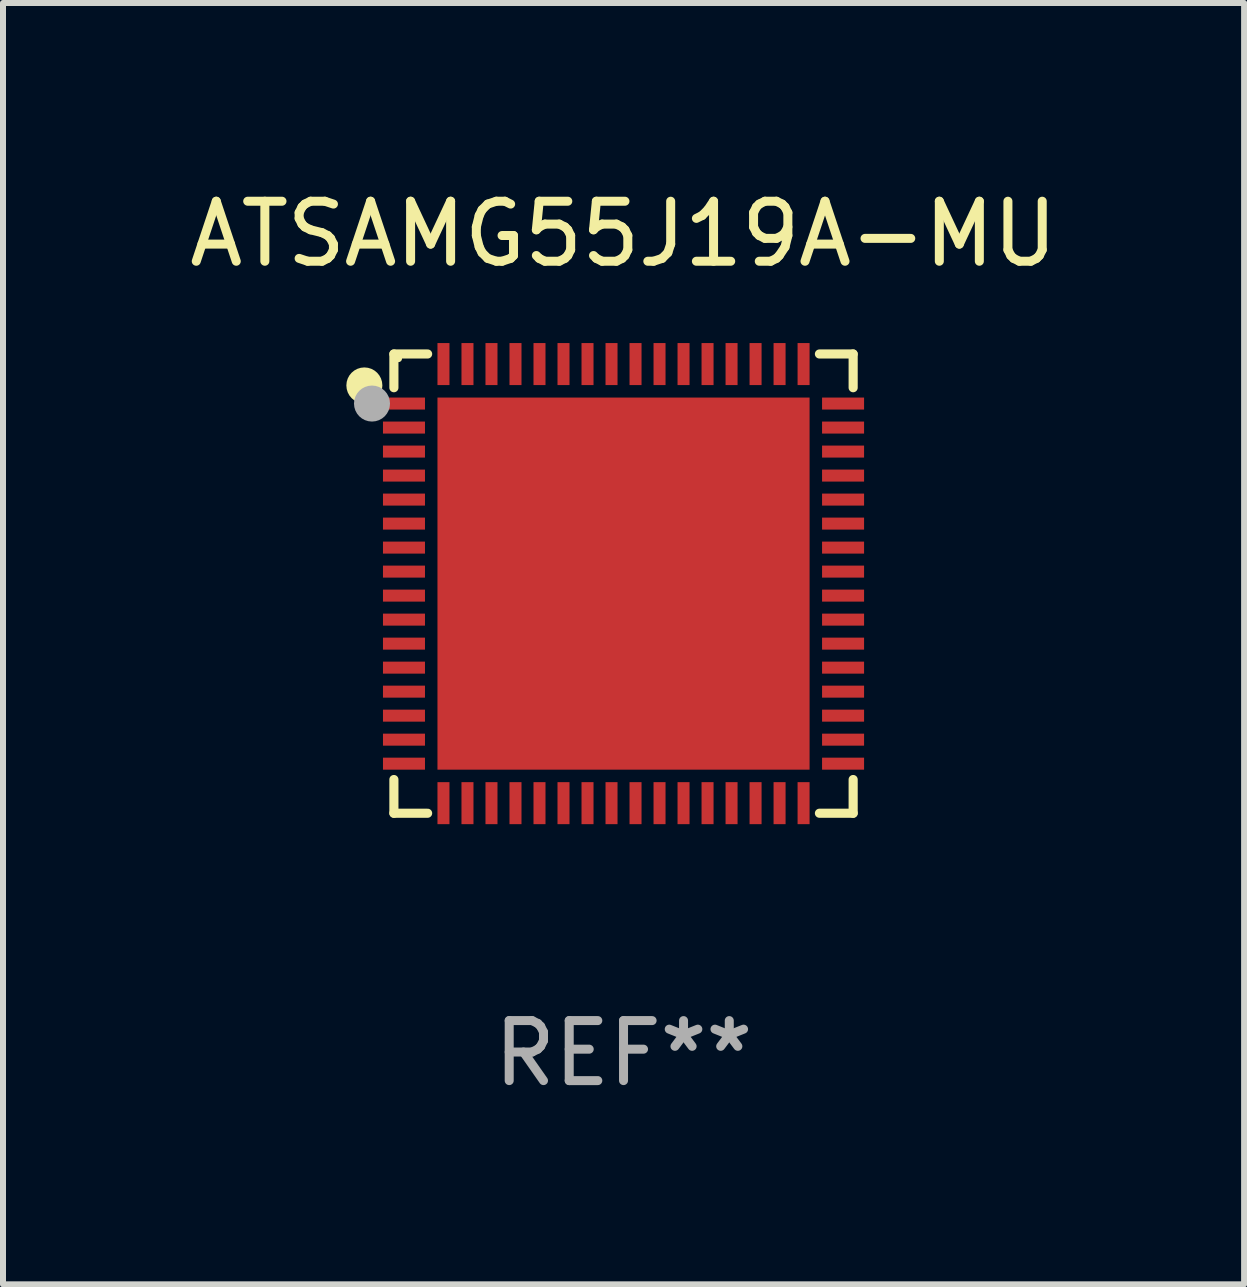
<source format=kicad_pcb>
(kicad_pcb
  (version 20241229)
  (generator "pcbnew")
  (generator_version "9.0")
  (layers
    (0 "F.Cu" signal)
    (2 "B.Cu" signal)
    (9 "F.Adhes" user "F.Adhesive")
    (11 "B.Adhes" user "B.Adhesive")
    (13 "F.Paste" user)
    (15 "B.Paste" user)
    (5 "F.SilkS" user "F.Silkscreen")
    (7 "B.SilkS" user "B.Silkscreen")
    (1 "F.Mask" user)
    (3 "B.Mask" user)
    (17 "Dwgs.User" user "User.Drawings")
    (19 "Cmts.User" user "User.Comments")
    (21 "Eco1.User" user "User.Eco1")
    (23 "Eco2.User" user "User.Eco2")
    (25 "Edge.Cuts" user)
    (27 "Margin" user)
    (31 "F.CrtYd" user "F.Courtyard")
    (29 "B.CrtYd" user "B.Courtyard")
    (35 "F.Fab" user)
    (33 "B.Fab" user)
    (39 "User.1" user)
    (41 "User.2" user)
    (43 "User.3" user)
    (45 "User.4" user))
  (footprint "ATSAMG55J19A-MU"
    (layer "F.Cu")
    (at 7.339 6.674)
    (property "Reference" "ATSAMG55J19A-MU" (at 0 -5.826 0) (layer "F.SilkS") (effects (font (size 1 1) (thickness 0.15))))
    (attr through_hole)
    (fp_line (start -3.826 -3.826) (end -3.264 -3.826) (stroke (width 0.152) (type solid)) (layer "F.SilkS"))
    (fp_line (start -3.826 -3.264) (end -3.826 -3.826) (stroke (width 0.152) (type solid)) (layer "F.SilkS"))
    (fp_line (start -3.826 3.264) (end -3.826 3.826) (stroke (width 0.152) (type solid)) (layer "F.SilkS"))
    (fp_line (start -3.826 3.826) (end -3.264 3.826) (stroke (width 0.152) (type solid)) (layer "F.SilkS"))
    (fp_line (start 3.826 -3.826) (end 3.264 -3.826) (stroke (width 0.152) (type solid)) (layer "F.SilkS"))
    (fp_line (start 3.826 -3.264) (end 3.826 -3.826) (stroke (width 0.152) (type solid)) (layer "F.SilkS"))
    (fp_line (start 3.826 3.264) (end 3.826 3.826) (stroke (width 0.152) (type solid)) (layer "F.SilkS"))
    (fp_line (start 3.826 3.826) (end 3.264 3.826) (stroke (width 0.152) (type solid)) (layer "F.SilkS"))
    (fp_circle (center -4.318 -3.302) (end -4.168 -3.302) (stroke (width 0.3) (type solid)) (fill no) (layer "F.SilkS"))
    (fp_circle (center -3.75 -3.75) (end -3.72 -3.75) (stroke (width 0.06) (type solid)) (fill no) (layer "F.SilkS"))
    (fp_circle (center -4.191 -3) (end -4.041 -3) (stroke (width 0.3) (type solid)) (fill no) (layer "F.Fab"))
    (fp_text user "REF**" (at 0 7.826 0) (layer "F.Fab") (effects (font (size 1 1) (thickness 0.15))))
    (pad "1" smd rect (at -3.658 -3) (size 0.7 0.2) (layers "F.Cu" "F.Mask" "F.Paste"))
    (pad "2" smd rect (at -3.658 -2.6) (size 0.7 0.2) (layers "F.Cu" "F.Mask" "F.Paste"))
    (pad "3" smd rect (at -3.658 -2.2) (size 0.7 0.2) (layers "F.Cu" "F.Mask" "F.Paste"))
    (pad "4" smd rect (at -3.658 -1.8) (size 0.7 0.2) (layers "F.Cu" "F.Mask" "F.Paste"))
    (pad "5" smd rect (at -3.658 -1.4) (size 0.7 0.2) (layers "F.Cu" "F.Mask" "F.Paste"))
    (pad "6" smd rect (at -3.658 -1) (size 0.7 0.2) (layers "F.Cu" "F.Mask" "F.Paste"))
    (pad "7" smd rect (at -3.658 -0.6) (size 0.7 0.2) (layers "F.Cu" "F.Mask" "F.Paste"))
    (pad "8" smd rect (at -3.658 -0.2) (size 0.7 0.2) (layers "F.Cu" "F.Mask" "F.Paste"))
    (pad "9" smd rect (at -3.658 0.2) (size 0.7 0.2) (layers "F.Cu" "F.Mask" "F.Paste"))
    (pad "10" smd rect (at -3.658 0.6) (size 0.7 0.2) (layers "F.Cu" "F.Mask" "F.Paste"))
    (pad "11" smd rect (at -3.658 1) (size 0.7 0.2) (layers "F.Cu" "F.Mask" "F.Paste"))
    (pad "12" smd rect (at -3.658 1.4) (size 0.7 0.2) (layers "F.Cu" "F.Mask" "F.Paste"))
    (pad "13" smd rect (at -3.658 1.8) (size 0.7 0.2) (layers "F.Cu" "F.Mask" "F.Paste"))
    (pad "14" smd rect (at -3.658 2.2) (size 0.7 0.2) (layers "F.Cu" "F.Mask" "F.Paste"))
    (pad "15" smd rect (at -3.658 2.6) (size 0.7 0.2) (layers "F.Cu" "F.Mask" "F.Paste"))
    (pad "16" smd rect (at -3.658 3) (size 0.7 0.2) (layers "F.Cu" "F.Mask" "F.Paste"))
    (pad "17" smd rect (at -3 3.658) (size 0.2 0.7) (layers "F.Cu" "F.Mask" "F.Paste"))
    (pad "18" smd rect (at -2.6 3.658) (size 0.2 0.7) (layers "F.Cu" "F.Mask" "F.Paste"))
    (pad "19" smd rect (at -2.2 3.658) (size 0.2 0.7) (layers "F.Cu" "F.Mask" "F.Paste"))
    (pad "20" smd rect (at -1.8 3.658) (size 0.2 0.7) (layers "F.Cu" "F.Mask" "F.Paste"))
    (pad "21" smd rect (at -1.4 3.658) (size 0.2 0.7) (layers "F.Cu" "F.Mask" "F.Paste"))
    (pad "22" smd rect (at -1 3.658) (size 0.2 0.7) (layers "F.Cu" "F.Mask" "F.Paste"))
    (pad "23" smd rect (at -0.6 3.658) (size 0.2 0.7) (layers "F.Cu" "F.Mask" "F.Paste"))
    (pad "24" smd rect (at -0.2 3.658) (size 0.2 0.7) (layers "F.Cu" "F.Mask" "F.Paste"))
    (pad "25" smd rect (at 0.2 3.658) (size 0.2 0.7) (layers "F.Cu" "F.Mask" "F.Paste"))
    (pad "26" smd rect (at 0.6 3.658) (size 0.2 0.7) (layers "F.Cu" "F.Mask" "F.Paste"))
    (pad "27" smd rect (at 1 3.658) (size 0.2 0.7) (layers "F.Cu" "F.Mask" "F.Paste"))
    (pad "28" smd rect (at 1.4 3.658) (size 0.2 0.7) (layers "F.Cu" "F.Mask" "F.Paste"))
    (pad "29" smd rect (at 1.8 3.658) (size 0.2 0.7) (layers "F.Cu" "F.Mask" "F.Paste"))
    (pad "30" smd rect (at 2.2 3.658) (size 0.2 0.7) (layers "F.Cu" "F.Mask" "F.Paste"))
    (pad "31" smd rect (at 2.6 3.658) (size 0.2 0.7) (layers "F.Cu" "F.Mask" "F.Paste"))
    (pad "32" smd rect (at 3 3.658) (size 0.2 0.7) (layers "F.Cu" "F.Mask" "F.Paste"))
    (pad "33" smd rect (at 3.658 3) (size 0.7 0.2) (layers "F.Cu" "F.Mask" "F.Paste"))
    (pad "34" smd rect (at 3.658 2.6) (size 0.7 0.2) (layers "F.Cu" "F.Mask" "F.Paste"))
    (pad "35" smd rect (at 3.658 2.2) (size 0.7 0.2) (layers "F.Cu" "F.Mask" "F.Paste"))
    (pad "36" smd rect (at 3.658 1.8) (size 0.7 0.2) (layers "F.Cu" "F.Mask" "F.Paste"))
    (pad "37" smd rect (at 3.658 1.4) (size 0.7 0.2) (layers "F.Cu" "F.Mask" "F.Paste"))
    (pad "38" smd rect (at 3.658 1) (size 0.7 0.2) (layers "F.Cu" "F.Mask" "F.Paste"))
    (pad "39" smd rect (at 3.658 0.6) (size 0.7 0.2) (layers "F.Cu" "F.Mask" "F.Paste"))
    (pad "40" smd rect (at 3.658 0.2) (size 0.7 0.2) (layers "F.Cu" "F.Mask" "F.Paste"))
    (pad "41" smd rect (at 3.658 -0.2) (size 0.7 0.2) (layers "F.Cu" "F.Mask" "F.Paste"))
    (pad "42" smd rect (at 3.658 -0.6) (size 0.7 0.2) (layers "F.Cu" "F.Mask" "F.Paste"))
    (pad "43" smd rect (at 3.658 -1) (size 0.7 0.2) (layers "F.Cu" "F.Mask" "F.Paste"))
    (pad "44" smd rect (at 3.658 -1.4) (size 0.7 0.2) (layers "F.Cu" "F.Mask" "F.Paste"))
    (pad "45" smd rect (at 3.658 -1.8) (size 0.7 0.2) (layers "F.Cu" "F.Mask" "F.Paste"))
    (pad "46" smd rect (at 3.658 -2.2) (size 0.7 0.2) (layers "F.Cu" "F.Mask" "F.Paste"))
    (pad "47" smd rect (at 3.658 -2.6) (size 0.7 0.2) (layers "F.Cu" "F.Mask" "F.Paste"))
    (pad "48" smd rect (at 3.658 -3) (size 0.7 0.2) (layers "F.Cu" "F.Mask" "F.Paste"))
    (pad "49" smd rect (at 3 -3.658) (size 0.2 0.7) (layers "F.Cu" "F.Mask" "F.Paste"))
    (pad "50" smd rect (at 2.6 -3.658) (size 0.2 0.7) (layers "F.Cu" "F.Mask" "F.Paste"))
    (pad "51" smd rect (at 2.2 -3.658) (size 0.2 0.7) (layers "F.Cu" "F.Mask" "F.Paste"))
    (pad "52" smd rect (at 1.8 -3.658) (size 0.2 0.7) (layers "F.Cu" "F.Mask" "F.Paste"))
    (pad "53" smd rect (at 1.4 -3.658) (size 0.2 0.7) (layers "F.Cu" "F.Mask" "F.Paste"))
    (pad "54" smd rect (at 1 -3.658) (size 0.2 0.7) (layers "F.Cu" "F.Mask" "F.Paste"))
    (pad "55" smd rect (at 0.6 -3.658) (size 0.2 0.7) (layers "F.Cu" "F.Mask" "F.Paste"))
    (pad "56" smd rect (at 0.2 -3.658) (size 0.2 0.7) (layers "F.Cu" "F.Mask" "F.Paste"))
    (pad "57" smd rect (at -0.2 -3.658) (size 0.2 0.7) (layers "F.Cu" "F.Mask" "F.Paste"))
    (pad "58" smd rect (at -0.6 -3.658) (size 0.2 0.7) (layers "F.Cu" "F.Mask" "F.Paste"))
    (pad "59" smd rect (at -1 -3.658) (size 0.2 0.7) (layers "F.Cu" "F.Mask" "F.Paste"))
    (pad "60" smd rect (at -1.4 -3.658) (size 0.2 0.7) (layers "F.Cu" "F.Mask" "F.Paste"))
    (pad "61" smd rect (at -1.8 -3.658) (size 0.2 0.7) (layers "F.Cu" "F.Mask" "F.Paste"))
    (pad "62" smd rect (at -2.2 -3.658) (size 0.2 0.7) (layers "F.Cu" "F.Mask" "F.Paste"))
    (pad "63" smd rect (at -2.6 -3.658) (size 0.2 0.7) (layers "F.Cu" "F.Mask" "F.Paste"))
    (pad "64" smd rect (at -3 -3.658) (size 0.2 0.7) (layers "F.Cu" "F.Mask" "F.Paste"))
    (pad "65" smd rect (at 0 0) (size 6.2 6.2) (layers "F.Cu" "F.Mask" "F.Paste")))
  (gr_rect
    (start -3 -3)
    (end 17.679 18.349)
    (stroke (width 0.1) (type default))
    (fill no)
    (layer "Edge.Cuts")))
</source>
